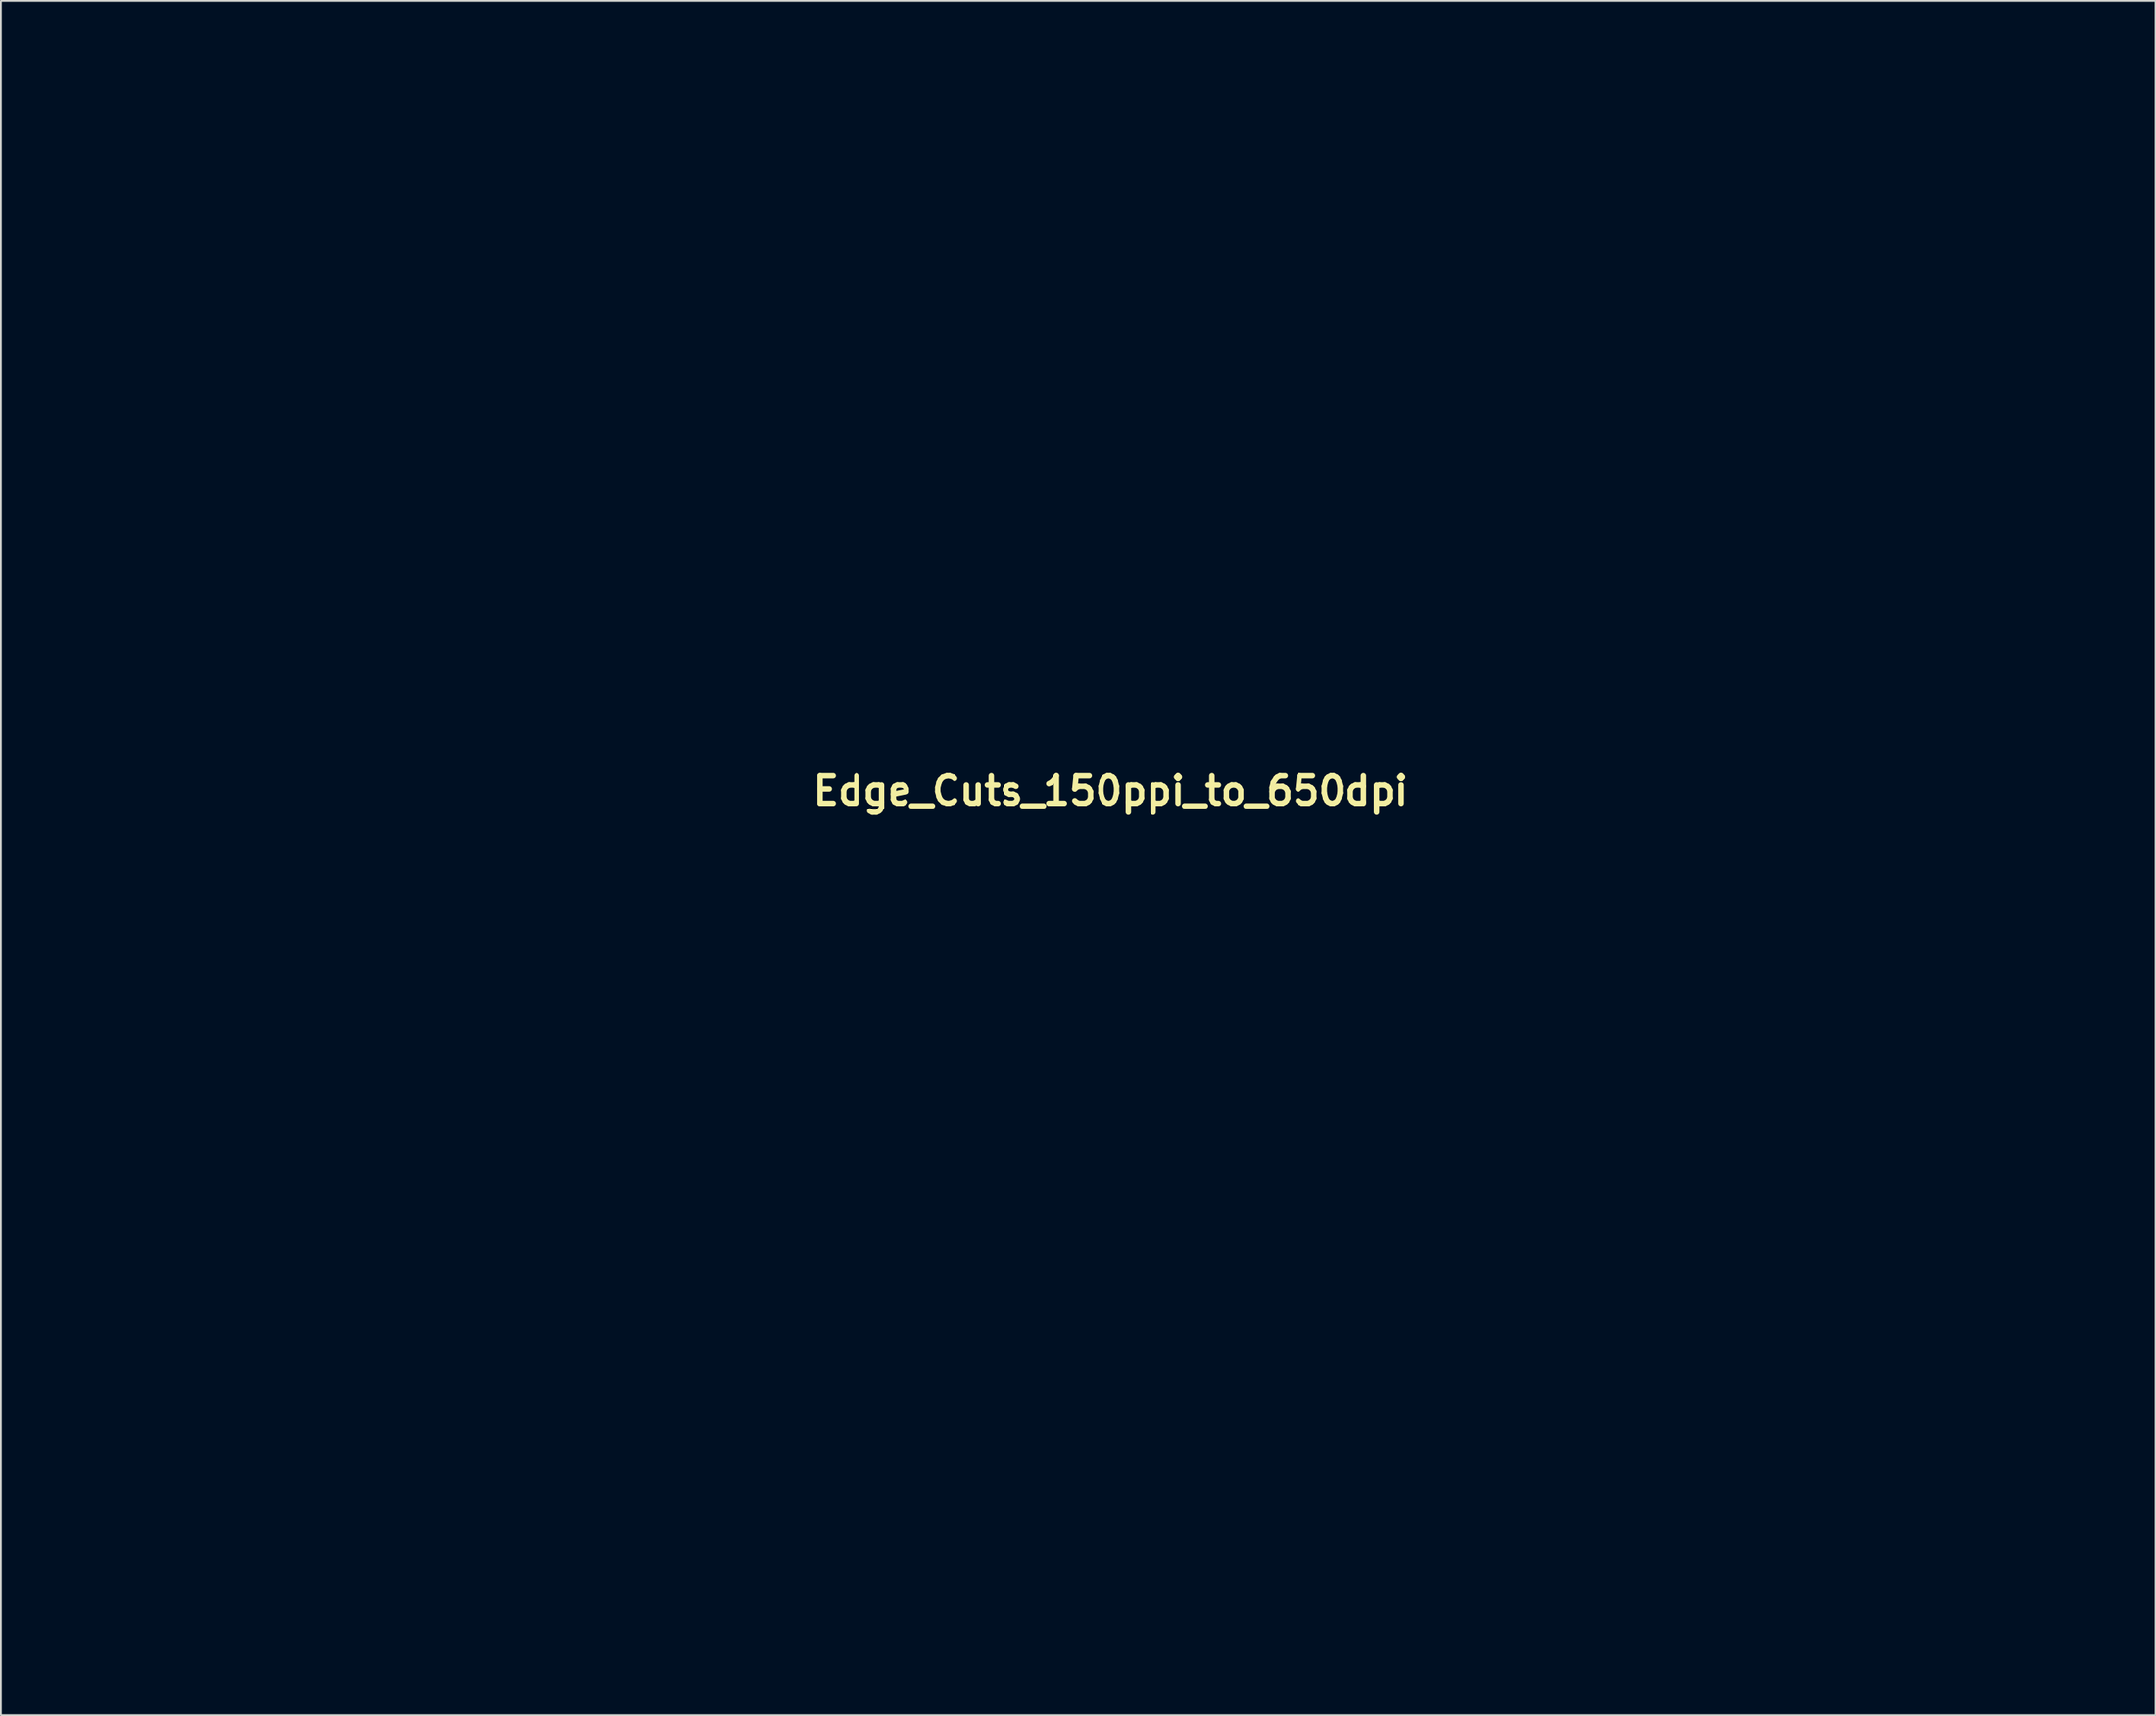
<source format=kicad_pcb>
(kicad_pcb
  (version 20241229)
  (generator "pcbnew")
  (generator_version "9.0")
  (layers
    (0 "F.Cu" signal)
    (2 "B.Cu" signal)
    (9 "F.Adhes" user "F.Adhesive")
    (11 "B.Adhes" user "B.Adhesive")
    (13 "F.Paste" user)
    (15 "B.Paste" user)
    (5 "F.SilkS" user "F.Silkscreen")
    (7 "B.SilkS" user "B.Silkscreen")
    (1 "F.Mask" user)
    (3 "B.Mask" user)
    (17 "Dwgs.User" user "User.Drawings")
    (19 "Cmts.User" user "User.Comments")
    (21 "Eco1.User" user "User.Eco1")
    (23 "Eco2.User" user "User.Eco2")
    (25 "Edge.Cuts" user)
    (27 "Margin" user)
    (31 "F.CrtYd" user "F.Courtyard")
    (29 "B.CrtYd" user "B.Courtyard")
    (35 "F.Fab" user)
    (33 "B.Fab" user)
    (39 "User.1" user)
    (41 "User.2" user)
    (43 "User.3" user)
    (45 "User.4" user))
  (footprint "Edge_Cuts_150ppi_to_650dpi"
    (layer "F.Cu")
    (at 58.663 40.901)
    (property "Reference" "Edge_Cuts_150ppi_to_650dpi" (at 0 0 0) (layer "F.SilkS") (effects (font (size 1.524 1.524) (thickness 0.3))))
    (attr through_hole)
    (fp_poly (pts (xy 0.138 -40.896) (xy 0.648 -40.892) (xy 1.152 -40.886) (xy 1.638 -40.876) (xy 2.093 -40.864) (xy 2.506 -40.849) (xy 2.864 -40.832) (xy 3.128 -40.814) (xy 3.974 -40.742) (xy 4.762 -40.663) (xy 5.51 -40.577) (xy 6.239 -40.478) (xy 6.967 -40.366) (xy 7.715 -40.238) (xy 8.402 -40.11) (xy 10.16 -39.731) (xy 11.904 -39.276) (xy 13.631 -38.747) (xy 15.338 -38.144) (xy 17.024 -37.469) (xy 18.686 -36.723) (xy 20.322 -35.907) (xy 21.931 -35.023) (xy 23.51 -34.071) (xy 25.057 -33.053) (xy 26.569 -31.97) (xy 28.046 -30.823) (xy 29.485 -29.613) (xy 30.883 -28.342) (xy 32.238 -27.011) (xy 33.422 -25.76) (xy 34.746 -24.255) (xy 36.011 -22.698) (xy 37.217 -21.091) (xy 38.363 -19.435) (xy 39.448 -17.731) (xy 40.472 -15.979) (xy 41.435 -14.182) (xy 42.334 -12.339) (xy 43.171 -10.452) (xy 43.944 -8.523) (xy 43.988 -8.406) (xy 44.623 -6.624) (xy 45.203 -4.796) (xy 45.725 -2.931) (xy 46.187 -1.04) (xy 46.587 0.867) (xy 46.922 2.78) (xy 47.19 4.687) (xy 47.38 6.487) (xy 47.401 6.724) (xy 47.421 6.947) (xy 47.438 7.139) (xy 47.451 7.282) (xy 47.457 7.346) (xy 47.466 7.457) (xy 47.477 7.622) (xy 47.489 7.817) (xy 47.499 7.991) (xy 47.51 8.183) (xy 47.521 8.353) (xy 47.531 8.481) (xy 47.538 8.548) (xy 47.553 8.69) (xy 47.567 8.903) (xy 47.579 9.177) (xy 47.589 9.505) (xy 47.597 9.879) (xy 47.603 10.291) (xy 47.608 10.733) (xy 47.611 11.196) (xy 47.612 11.674) (xy 47.612 12.156) (xy 47.609 12.636) (xy 47.605 13.106) (xy 47.599 13.557) (xy 47.592 13.981) (xy 47.582 14.371) (xy 47.571 14.718) (xy 47.558 15.013) (xy 47.543 15.25) (xy 47.538 15.318) (xy 47.528 15.44) (xy 47.515 15.609) (xy 47.502 15.794) (xy 47.499 15.846) (xy 47.445 16.604) (xy 47.383 17.339) (xy 47.337 17.818) (xy 47.315 18.06) (xy 47.302 18.248) (xy 47.301 18.375) (xy 47.31 18.432) (xy 47.313 18.435) (xy 47.377 18.468) (xy 47.493 18.539) (xy 47.649 18.64) (xy 47.832 18.763) (xy 48.031 18.899) (xy 48.234 19.041) (xy 48.428 19.18) (xy 48.603 19.309) (xy 48.657 19.349) (xy 49.53 20.063) (xy 50.346 20.828) (xy 51.103 21.642) (xy 51.8 22.501) (xy 52.434 23.403) (xy 53.004 24.344) (xy 53.508 25.321) (xy 53.945 26.332) (xy 54.312 27.374) (xy 54.608 28.442) (xy 54.831 29.535) (xy 54.922 30.148) (xy 54.993 30.849) (xy 55.034 31.595) (xy 55.044 32.359) (xy 55.022 33.118) (xy 54.97 33.846) (xy 54.922 34.27) (xy 54.739 35.371) (xy 54.483 36.449) (xy 54.156 37.499) (xy 53.76 38.521) (xy 53.297 39.509) (xy 52.77 40.462) (xy 52.179 41.377) (xy 51.529 42.25) (xy 50.82 43.079) (xy 50.056 43.859) (xy 49.237 44.59) (xy 48.367 45.266) (xy 47.447 45.886) (xy 46.48 46.446) (xy 46.075 46.655) (xy 45.052 47.124) (xy 44.007 47.519) (xy 42.939 47.839) (xy 41.845 48.086) (xy 40.722 48.262) (xy 40.542 48.283) (xy 40.372 48.298) (xy 40.146 48.312) (xy 39.877 48.326) (xy 39.579 48.338) (xy 39.265 48.348) (xy 38.95 48.356) (xy 38.646 48.362) (xy 38.367 48.364) (xy 38.128 48.364) (xy 37.94 48.36) (xy 37.826 48.353) (xy 37.734 48.344) (xy 37.585 48.331) (xy 37.399 48.315) (xy 37.201 48.298) (xy 36.517 48.22) (xy 35.794 48.101) (xy 35.056 47.947) (xy 34.326 47.761) (xy 33.629 47.551) (xy 33.584 47.536) (xy 32.532 47.144) (xy 31.513 46.682) (xy 30.531 46.152) (xy 29.589 45.558) (xy 28.689 44.901) (xy 27.835 44.183) (xy 27.031 43.408) (xy 26.278 42.576) (xy 25.581 41.691) (xy 25.454 41.515) (xy 25.264 41.224) (xy 25.073 40.887) (xy 24.898 40.535) (xy 24.753 40.198) (xy 24.749 40.186) (xy 24.609 39.822) (xy 24.338 40.029) (xy 24.364 40.305) (xy 24.379 40.459) (xy 24.393 40.594) (xy 24.404 40.679) (xy 24.413 40.763) (xy 24.425 40.899) (xy 24.439 41.062) (xy 24.443 41.109) (xy 24.456 41.275) (xy 24.47 41.422) (xy 24.482 41.524) (xy 24.484 41.541) (xy 24.484 41.617) (xy 24.474 41.751) (xy 24.455 41.925) (xy 24.428 42.121) (xy 24.427 42.13) (xy 24.392 42.349) (xy 24.357 42.516) (xy 24.315 42.658) (xy 24.258 42.8) (xy 24.176 42.968) (xy 24.154 43.011) (xy 23.886 43.492) (xy 23.56 44.003) (xy 23.185 44.531) (xy 23.008 44.763) (xy 22.839 44.974) (xy 22.686 45.152) (xy 22.529 45.315) (xy 22.353 45.481) (xy 22.137 45.669) (xy 22.043 45.749) (xy 21.554 46.141) (xy 21.068 46.496) (xy 20.596 46.806) (xy 20.15 47.064) (xy 19.929 47.175) (xy 19.745 47.262) (xy 19.595 47.328) (xy 19.461 47.377) (xy 19.323 47.417) (xy 19.16 47.452) (xy 18.953 47.489) (xy 18.776 47.519) (xy 18.353 47.583) (xy 17.883 47.644) (xy 17.39 47.699) (xy 16.898 47.747) (xy 16.43 47.784) (xy 16.011 47.808) (xy 15.939 47.811) (xy 15.369 47.832) (xy 14.376 47.615) (xy 14.07 47.546) (xy 13.709 47.462) (xy 13.316 47.368) (xy 12.912 47.27) (xy 12.518 47.172) (xy 12.157 47.079) (xy 12.153 47.078) (xy 11.809 46.99) (xy 11.53 46.919) (xy 11.306 46.864) (xy 11.126 46.824) (xy 10.98 46.795) (xy 10.857 46.776) (xy 10.748 46.765) (xy 10.642 46.76) (xy 10.531 46.759) (xy 10.348 46.761) (xy 10.204 46.771) (xy 10.072 46.795) (xy 9.925 46.839) (xy 9.734 46.906) (xy 9.73 46.907) (xy 9.543 46.972) (xy 9.364 47.03) (xy 9.216 47.073) (xy 9.144 47.09) (xy 8.794 47.152) (xy 8.408 47.208) (xy 8.016 47.255) (xy 7.649 47.289) (xy 7.425 47.304) (xy 7.219 47.315) (xy 7.033 47.325) (xy 6.884 47.335) (xy 6.792 47.343) (xy 6.783 47.344) (xy 6.711 47.348) (xy 6.575 47.352) (xy 6.386 47.356) (xy 6.158 47.36) (xy 5.903 47.362) (xy 5.786 47.363) (xy 4.904 47.369) (xy 3.849 47.169) (xy 3.545 47.11) (xy 3.184 47.036) (xy 2.785 46.952) (xy 2.368 46.861) (xy 1.952 46.769) (xy 1.556 46.679) (xy 1.387 46.64) (xy 0.728 46.488) (xy 0.069 46.342) (xy -0.583 46.204) (xy -1.219 46.073) (xy -1.833 45.953) (xy -2.418 45.844) (xy -2.966 45.747) (xy -3.469 45.664) (xy -3.92 45.597) (xy -4.313 45.546) (xy -4.639 45.513) (xy -4.709 45.508) (xy -4.911 45.494) (xy -5.124 45.479) (xy -5.308 45.466) (xy -5.334 45.465) (xy -5.61 45.446) (xy -5.923 45.425) (xy -6.249 45.404) (xy -6.567 45.383) (xy -6.856 45.365) (xy -7.093 45.351) (xy -7.132 45.349) (xy -7.322 45.337) (xy -7.503 45.325) (xy -7.649 45.314) (xy -7.698 45.309) (xy -7.812 45.3) (xy -7.978 45.289) (xy -8.171 45.278) (xy -8.304 45.27) (xy -8.506 45.259) (xy -8.705 45.248) (xy -8.872 45.237) (xy -8.949 45.231) (xy -9.069 45.223) (xy -9.246 45.213) (xy -9.456 45.202) (xy -9.677 45.192) (xy -9.711 45.191) (xy -9.922 45.181) (xy -10.117 45.171) (xy -10.276 45.162) (xy -10.38 45.154) (xy -10.394 45.153) (xy -10.479 45.147) (xy -10.625 45.138) (xy -10.817 45.129) (xy -11.037 45.119) (xy -11.196 45.112) (xy -11.415 45.103) (xy -11.607 45.093) (xy -11.756 45.085) (xy -11.852 45.078) (xy -11.879 45.074) (xy -11.925 45.069) (xy -12.04 45.062) (xy -12.217 45.055) (xy -12.448 45.046) (xy -12.724 45.037) (xy -13.037 45.027) (xy -13.379 45.017) (xy -13.742 45.007) (xy -14.118 44.998) (xy -14.204 44.996) (xy -14.576 44.987) (xy -14.885 44.975) (xy -15.146 44.956) (xy -15.374 44.929) (xy -15.586 44.888) (xy -15.795 44.831) (xy -16.018 44.755) (xy -16.269 44.656) (xy -16.564 44.53) (xy -16.823 44.417) (xy -17.16 44.267) (xy -17.442 44.137) (xy -17.687 44.018) (xy -17.911 43.901) (xy -18.133 43.777) (xy -18.37 43.637) (xy -18.64 43.471) (xy -18.64 43.471) (xy -18.898 43.312) (xy -19.204 43.127) (xy -19.539 42.927) (xy -19.884 42.723) (xy -20.219 42.527) (xy -20.476 42.379) (xy -20.781 42.201) (xy -21.13 41.991) (xy -21.506 41.761) (xy -21.889 41.523) (xy -22.26 41.288) (xy -22.599 41.068) (xy -22.665 41.025) (xy -22.967 40.826) (xy -23.28 40.623) (xy -23.589 40.424) (xy -23.881 40.238) (xy -24.141 40.074) (xy -24.357 39.94) (xy -24.443 39.888) (xy -24.793 39.663) (xy -25.181 39.389) (xy -25.595 39.075) (xy -26.022 38.732) (xy -26.449 38.37) (xy -26.864 37.998) (xy -26.901 37.964) (xy -27.255 37.598) (xy -27.607 37.16) (xy -27.954 36.656) (xy -28.291 36.091) (xy -28.394 35.902) (xy -28.498 35.711) (xy -28.591 35.547) (xy -28.667 35.42) (xy -28.718 35.344) (xy -28.736 35.326) (xy -28.782 35.339) (xy -28.887 35.378) (xy -29.038 35.435) (xy -29.222 35.507) (xy -29.329 35.55) (xy -29.889 35.775) (xy -29.933 36.029) (xy -29.987 36.304) (xy -30.062 36.631) (xy -30.151 36.988) (xy -30.25 37.352) (xy -30.353 37.701) (xy -30.445 37.99) (xy -30.818 38.991) (xy -31.258 39.955) (xy -31.76 40.88) (xy -32.322 41.763) (xy -32.941 42.601) (xy -33.614 43.391) (xy -34.338 44.13) (xy -35.11 44.815) (xy -35.928 45.442) (xy -36.788 46.01) (xy -37.687 46.516) (xy -38.623 46.955) (xy -39.593 47.325) (xy -39.69 47.358) (xy -40.538 47.612) (xy -41.387 47.814) (xy -42.219 47.958) (xy -42.584 48.003) (xy -42.752 48.022) (xy -42.929 48.041) (xy -42.984 48.048) (xy -43.217 48.066) (xy -43.512 48.078) (xy -43.85 48.083) (xy -44.217 48.082) (xy -44.594 48.074) (xy -44.967 48.06) (xy -45.317 48.04) (xy -45.628 48.015) (xy -45.72 48.006) (xy -46.742 47.854) (xy -47.751 47.629) (xy -48.738 47.331) (xy -49.697 46.963) (xy -50.621 46.527) (xy -50.663 46.505) (xy -51.602 45.972) (xy -52.485 45.384) (xy -53.316 44.739) (xy -54.096 44.035) (xy -54.829 43.271) (xy -55.337 42.671) (xy -55.98 41.808) (xy -56.558 40.904) (xy -57.07 39.961) (xy -57.513 38.984) (xy -57.887 37.976) (xy -58.191 36.941) (xy -58.421 35.883) (xy -58.578 34.804) (xy -58.593 34.661) (xy -58.643 33.954) (xy -58.652 33.486) (xy -58.406 33.486) (xy -58.404 33.791) (xy -58.398 34.053) (xy -58.388 34.258) (xy -58.381 34.329) (xy -58.361 34.522) (xy -58.34 34.727) (xy -58.323 34.896) (xy -58.296 35.12) (xy -58.255 35.399) (xy -58.202 35.712) (xy -58.141 36.036) (xy -58.077 36.353) (xy -58.014 36.639) (xy -57.988 36.746) (xy -57.687 37.792) (xy -57.317 38.805) (xy -56.881 39.781) (xy -56.379 40.717) (xy -55.814 41.612) (xy -55.186 42.462) (xy -54.499 43.264) (xy -53.753 44.017) (xy -52.951 44.717) (xy -52.764 44.865) (xy -51.922 45.477) (xy -51.047 46.019) (xy -50.142 46.491) (xy -49.212 46.894) (xy -48.259 47.226) (xy -47.289 47.487) (xy -46.304 47.677) (xy -45.308 47.796) (xy -44.306 47.842) (xy -43.301 47.815) (xy -42.297 47.716) (xy -41.298 47.543) (xy -40.308 47.297) (xy -39.33 46.976) (xy -38.369 46.58) (xy -38.206 46.504) (xy -37.721 46.26) (xy -37.206 45.971) (xy -36.682 45.65) (xy -36.17 45.31) (xy -35.692 44.966) (xy -35.423 44.758) (xy -34.99 44.39) (xy -34.538 43.969) (xy -34.082 43.512) (xy -33.639 43.035) (xy -33.225 42.555) (xy -32.854 42.089) (xy -32.709 41.892) (xy -32.125 41.014) (xy -31.604 40.094) (xy -31.149 39.14) (xy -30.763 38.157) (xy -30.449 37.154) (xy -30.228 36.224) (xy -30.187 36.027) (xy -30.148 35.855) (xy -30.117 35.723) (xy -30.096 35.648) (xy -30.092 35.64) (xy -30.051 35.612) (xy -29.95 35.561) (xy -29.804 35.492) (xy -29.626 35.412) (xy -29.429 35.327) (xy -29.227 35.242) (xy -29.034 35.162) (xy -28.864 35.094) (xy -28.729 35.044) (xy -28.643 35.017) (xy -28.624 35.014) (xy -28.594 35.047) (xy -28.535 35.139) (xy -28.452 35.279) (xy -28.351 35.458) (xy -28.239 35.663) (xy -28.219 35.7) (xy -27.93 36.218) (xy -27.651 36.668) (xy -27.374 37.062) (xy -27.093 37.408) (xy -26.8 37.715) (xy -26.712 37.799) (xy -26.316 38.156) (xy -25.9 38.509) (xy -25.48 38.848) (xy -25.068 39.163) (xy -24.677 39.444) (xy -24.32 39.679) (xy -24.208 39.748) (xy -24.019 39.863) (xy -23.778 40.013) (xy -23.5 40.189) (xy -23.198 40.382) (xy -22.885 40.584) (xy -22.576 40.785) (xy -22.43 40.881) (xy -22.106 41.092) (xy -21.751 41.318) (xy -21.384 41.547) (xy -21.022 41.769) (xy -20.685 41.972) (xy -20.389 42.145) (xy -20.32 42.184) (xy -20.01 42.362) (xy -19.669 42.562) (xy -19.317 42.77) (xy -18.977 42.974) (xy -18.671 43.159) (xy -18.532 43.246) (xy -18.263 43.412) (xy -18.031 43.55) (xy -17.82 43.67) (xy -17.611 43.78) (xy -17.389 43.889) (xy -17.136 44.006) (xy -16.835 44.139) (xy -16.676 44.209) (xy -16.378 44.338) (xy -16.127 44.444) (xy -15.911 44.529) (xy -15.718 44.596) (xy -15.535 44.647) (xy -15.349 44.685) (xy -15.149 44.712) (xy -14.923 44.731) (xy -14.657 44.743) (xy -14.339 44.753) (xy -13.958 44.761) (xy -13.892 44.762) (xy -13.495 44.771) (xy -13.111 44.78) (xy -12.751 44.791) (xy -12.425 44.802) (xy -12.141 44.813) (xy -11.91 44.824) (xy -11.74 44.834) (xy -11.664 44.841) (xy -11.584 44.847) (xy -11.443 44.855) (xy -11.259 44.865) (xy -11.049 44.874) (xy -10.961 44.878) (xy -10.734 44.888) (xy -10.516 44.899) (xy -10.328 44.908) (xy -10.19 44.917) (xy -10.16 44.919) (xy -9.969 44.932) (xy -9.702 44.948) (xy -9.357 44.967) (xy -8.938 44.989) (xy -8.753 44.998) (xy -8.554 45.009) (xy -8.357 45.02) (xy -8.193 45.031) (xy -8.128 45.036) (xy -7.985 45.047) (xy -7.8 45.059) (xy -7.606 45.072) (xy -7.561 45.074) (xy -7.411 45.084) (xy -7.202 45.097) (xy -6.952 45.114) (xy -6.681 45.132) (xy -6.408 45.151) (xy -6.389 45.152) (xy -6.111 45.171) (xy -5.829 45.189) (xy -5.563 45.206) (xy -5.334 45.221) (xy -5.162 45.231) (xy -5.158 45.231) (xy -4.851 45.251) (xy -4.556 45.274) (xy -4.263 45.303) (xy -3.961 45.34) (xy -3.64 45.385) (xy -3.291 45.44) (xy -2.902 45.507) (xy -2.463 45.587) (xy -1.964 45.681) (xy -1.641 45.744) (xy -1.209 45.829) (xy -0.735 45.926) (xy -0.239 46.03) (xy 0.259 46.136) (xy 0.739 46.241) (xy 1.181 46.34) (xy 1.544 46.423) (xy 1.925 46.511) (xy 2.328 46.602) (xy 2.736 46.691) (xy 3.131 46.776) (xy 3.497 46.852) (xy 3.816 46.916) (xy 4.005 46.953) (xy 4.982 47.134) (xy 6.057 47.111) (xy 6.458 47.102) (xy 6.793 47.093) (xy 7.076 47.083) (xy 7.319 47.071) (xy 7.535 47.057) (xy 7.736 47.04) (xy 7.936 47.018) (xy 8.146 46.992) (xy 8.381 46.959) (xy 8.479 46.945) (xy 8.883 46.879) (xy 9.209 46.81) (xy 9.458 46.737) (xy 9.475 46.731) (xy 9.72 46.644) (xy 9.935 46.577) (xy 10.13 46.53) (xy 10.317 46.503) (xy 10.51 46.497) (xy 10.719 46.511) (xy 10.956 46.546) (xy 11.233 46.602) (xy 11.561 46.68) (xy 11.938 46.775) (xy 12.327 46.875) (xy 12.652 46.958) (xy 12.923 47.026) (xy 13.15 47.084) (xy 13.346 47.132) (xy 13.52 47.174) (xy 13.684 47.213) (xy 13.848 47.25) (xy 14.024 47.289) (xy 14.221 47.332) (xy 14.452 47.382) (xy 14.458 47.383) (xy 14.739 47.443) (xy 14.959 47.489) (xy 15.137 47.521) (xy 15.288 47.542) (xy 15.43 47.554) (xy 15.579 47.56) (xy 15.752 47.561) (xy 15.885 47.56) (xy 16.135 47.553) (xy 16.432 47.538) (xy 16.746 47.516) (xy 17.047 47.49) (xy 17.174 47.477) (xy 17.418 47.451) (xy 17.651 47.425) (xy 17.855 47.403) (xy 18.013 47.386) (xy 18.093 47.378) (xy 18.214 47.363) (xy 18.389 47.337) (xy 18.596 47.304) (xy 18.813 47.268) (xy 18.835 47.264) (xy 19.069 47.221) (xy 19.254 47.179) (xy 19.415 47.129) (xy 19.582 47.062) (xy 19.781 46.97) (xy 19.832 46.946) (xy 20.184 46.759) (xy 20.572 46.525) (xy 20.978 46.254) (xy 21.386 45.959) (xy 21.78 45.649) (xy 21.937 45.517) (xy 22.185 45.298) (xy 22.39 45.101) (xy 22.575 44.901) (xy 22.761 44.677) (xy 22.836 44.581) (xy 23.17 44.133) (xy 23.456 43.714) (xy 23.708 43.302) (xy 23.914 42.926) (xy 24.01 42.737) (xy 24.077 42.591) (xy 24.122 42.463) (xy 24.152 42.329) (xy 24.177 42.163) (xy 24.19 42.066) (xy 24.208 41.901) (xy 24.219 41.753) (xy 24.221 41.605) (xy 24.216 41.438) (xy 24.203 41.235) (xy 24.181 40.978) (xy 24.174 40.894) (xy 24.151 40.653) (xy 24.129 40.432) (xy 24.11 40.245) (xy 24.095 40.107) (xy 24.085 40.034) (xy 24.08 39.976) (xy 24.096 39.927) (xy 24.142 39.872) (xy 24.23 39.8) (xy 24.371 39.696) (xy 24.378 39.692) (xy 24.514 39.596) (xy 24.628 39.521) (xy 24.703 39.476) (xy 24.724 39.468) (xy 24.75 39.502) (xy 24.792 39.594) (xy 24.844 39.728) (xy 24.869 39.799) (xy 25.033 40.23) (xy 25.23 40.648) (xy 25.467 41.066) (xy 25.753 41.497) (xy 26.095 41.955) (xy 26.183 42.065) (xy 26.913 42.918) (xy 27.695 43.714) (xy 28.527 44.452) (xy 29.406 45.129) (xy 30.328 45.744) (xy 31.29 46.293) (xy 32.29 46.775) (xy 33.153 47.124) (xy 33.828 47.36) (xy 34.498 47.56) (xy 35.177 47.728) (xy 35.88 47.867) (xy 36.621 47.98) (xy 37.413 48.07) (xy 37.983 48.119) (xy 38.078 48.122) (xy 38.23 48.124) (xy 38.426 48.124) (xy 38.654 48.123) (xy 38.899 48.12) (xy 39.149 48.117) (xy 39.391 48.112) (xy 39.611 48.107) (xy 39.796 48.102) (xy 39.934 48.096) (xy 40.01 48.09) (xy 40.019 48.088) (xy 40.083 48.077) (xy 40.2 48.063) (xy 40.349 48.049) (xy 40.374 48.047) (xy 40.557 48.032) (xy 40.716 48.017) (xy 40.87 47.998) (xy 41.041 47.973) (xy 41.246 47.94) (xy 41.505 47.896) (xy 41.558 47.887) (xy 42.647 47.659) (xy 43.713 47.357) (xy 44.752 46.983) (xy 45.762 46.538) (xy 46.739 46.024) (xy 47.681 45.442) (xy 48.583 44.795) (xy 49.444 44.083) (xy 49.956 43.61) (xy 50.725 42.814) (xy 51.432 41.973) (xy 52.074 41.093) (xy 52.652 40.176) (xy 53.163 39.225) (xy 53.608 38.246) (xy 53.984 37.24) (xy 54.291 36.212) (xy 54.528 35.165) (xy 54.693 34.103) (xy 54.786 33.03) (xy 54.806 31.948) (xy 54.752 30.863) (xy 54.622 29.776) (xy 54.415 28.693) (xy 54.334 28.35) (xy 54.033 27.307) (xy 53.661 26.288) (xy 53.219 25.296) (xy 52.71 24.337) (xy 52.139 23.414) (xy 51.507 22.532) (xy 50.818 21.695) (xy 50.074 20.907) (xy 49.28 20.173) (xy 48.437 19.496) (xy 47.741 19.007) (xy 47.552 18.882) (xy 47.381 18.768) (xy 47.242 18.675) (xy 47.145 18.611) (xy 47.11 18.587) (xy 47.089 18.571) (xy 47.073 18.549) (xy 47.062 18.513) (xy 47.056 18.456) (xy 47.055 18.371) (xy 47.06 18.25) (xy 47.071 18.085) (xy 47.088 17.87) (xy 47.112 17.597) (xy 47.142 17.259) (xy 47.165 16.998) (xy 47.191 16.715) (xy 47.211 16.492) (xy 47.226 16.309) (xy 47.237 16.148) (xy 47.248 15.991) (xy 47.258 15.82) (xy 47.265 15.683) (xy 47.276 15.486) (xy 47.287 15.305) (xy 47.297 15.161) (xy 47.304 15.084) (xy 47.319 14.892) (xy 47.333 14.633) (xy 47.344 14.315) (xy 47.354 13.947) (xy 47.362 13.539) (xy 47.368 13.099) (xy 47.372 12.637) (xy 47.374 12.161) (xy 47.374 11.68) (xy 47.372 11.204) (xy 47.368 10.742) (xy 47.363 10.302) (xy 47.355 9.894) (xy 47.346 9.526) (xy 47.335 9.208) (xy 47.322 8.949) (xy 47.306 8.757) (xy 47.304 8.734) (xy 47.297 8.65) (xy 47.288 8.509) (xy 47.277 8.327) (xy 47.267 8.125) (xy 47.266 8.108) (xy 47.255 7.901) (xy 47.244 7.708) (xy 47.233 7.549) (xy 47.225 7.447) (xy 47.224 7.444) (xy 47.212 7.322) (xy 47.197 7.16) (xy 47.185 7.014) (xy 47.108 6.16) (xy 47.009 5.25) (xy 46.891 4.306) (xy 46.757 3.348) (xy 46.609 2.394) (xy 46.451 1.465) (xy 46.286 0.581) (xy 46.283 0.567) (xy 45.856 -1.406) (xy 45.363 -3.351) (xy 44.804 -5.268) (xy 44.18 -7.154) (xy 43.493 -9.008) (xy 42.744 -10.828) (xy 41.935 -12.612) (xy 41.066 -14.359) (xy 40.139 -16.066) (xy 39.156 -17.731) (xy 38.117 -19.354) (xy 37.025 -20.931) (xy 35.88 -22.462) (xy 34.684 -23.944) (xy 33.437 -25.375) (xy 32.142 -26.755) (xy 30.8 -28.08) (xy 29.412 -29.35) (xy 27.979 -30.561) (xy 26.503 -31.714) (xy 24.985 -32.804) (xy 23.426 -33.832) (xy 21.828 -34.795) (xy 20.192 -35.691) (xy 19.578 -36.005) (xy 18.215 -36.664) (xy 16.876 -37.261) (xy 15.548 -37.801) (xy 14.215 -38.29) (xy 12.862 -38.732) (xy 11.476 -39.134) (xy 10.258 -39.449) (xy 9.55 -39.614) (xy 8.813 -39.773) (xy 8.061 -39.922) (xy 7.307 -40.059) (xy 6.567 -40.182) (xy 5.853 -40.289) (xy 5.18 -40.377) (xy 4.56 -40.443) (xy 4.318 -40.465) (xy 4.158 -40.478) (xy 4.019 -40.492) (xy 3.927 -40.502) (xy 3.918 -40.504) (xy 3.843 -40.512) (xy 3.711 -40.523) (xy 3.543 -40.535) (xy 3.41 -40.543) (xy 3.227 -40.555) (xy 3.064 -40.567) (xy 2.944 -40.578) (xy 2.896 -40.583) (xy 2.749 -40.599) (xy 2.533 -40.613) (xy 2.258 -40.625) (xy 1.932 -40.635) (xy 1.565 -40.643) (xy 1.165 -40.649) (xy 0.743 -40.652) (xy 0.307 -40.654) (xy -0.133 -40.654) (xy -0.568 -40.652) (xy -0.99 -40.648) (xy -1.388 -40.642) (xy -1.754 -40.634) (xy -2.078 -40.624) (xy -2.351 -40.612) (xy -2.565 -40.598) (xy -2.705 -40.582) (xy -2.78 -40.574) (xy -2.913 -40.563) (xy -3.081 -40.551) (xy -3.204 -40.543) (xy -3.911 -40.489) (xy -4.676 -40.409) (xy -5.487 -40.307) (xy -6.328 -40.184) (xy -7.185 -40.043) (xy -8.045 -39.885) (xy -8.894 -39.714) (xy -9.716 -39.532) (xy -10.129 -39.433) (xy -11.534 -39.065) (xy -12.898 -38.661) (xy -14.233 -38.215) (xy -15.554 -37.721) (xy -16.875 -37.175) (xy -18.211 -36.572) (xy -19.343 -36.022) (xy -20.998 -35.152) (xy -22.612 -34.216) (xy -24.187 -33.215) (xy -25.723 -32.147) (xy -27.221 -31.011) (xy -28.684 -29.808) (xy -30.111 -28.534) (xy -31.505 -27.191) (xy -31.516 -27.18) (xy -32.903 -25.736) (xy -34.231 -24.24) (xy -35.5 -22.694) (xy -36.709 -21.097) (xy -37.858 -19.452) (xy -38.946 -17.758) (xy -39.973 -16.017) (xy -40.938 -14.229) (xy -41.841 -12.395) (xy -42.308 -11.371) (xy -43.119 -9.452) (xy -43.857 -7.504) (xy -44.523 -5.528) (xy -45.116 -3.524) (xy -45.635 -1.492) (xy -46.082 0.566) (xy -46.455 2.649) (xy -46.755 4.759) (xy -46.773 4.904) (xy -46.803 5.163) (xy -46.834 5.44) (xy -46.863 5.704) (xy -46.886 5.928) (xy -46.891 5.979) (xy -46.916 6.255) (xy -46.936 6.469) (xy -46.952 6.636) (xy -46.965 6.773) (xy -46.976 6.896) (xy -46.987 7.019) (xy -46.999 7.159) (xy -47.007 7.249) (xy -47.026 7.478) (xy -47.045 7.745) (xy -47.062 8.009) (xy -47.07 8.148) (xy -47.081 8.346) (xy -47.092 8.528) (xy -47.102 8.673) (xy -47.109 8.753) (xy -47.118 8.868) (xy -47.127 9.051) (xy -47.136 9.289) (xy -47.145 9.573) (xy -47.154 9.892) (xy -47.162 10.234) (xy -47.17 10.588) (xy -47.176 10.945) (xy -47.181 11.292) (xy -47.184 11.619) (xy -47.185 11.915) (xy -47.185 11.938) (xy -47.184 12.217) (xy -47.181 12.528) (xy -47.177 12.859) (xy -47.171 13.201) (xy -47.164 13.543) (xy -47.156 13.875) (xy -47.147 14.186) (xy -47.139 14.466) (xy -47.13 14.705) (xy -47.121 14.892) (xy -47.112 15.016) (xy -47.108 15.053) (xy -47.101 15.124) (xy -47.092 15.256) (xy -47.082 15.431) (xy -47.071 15.632) (xy -47.068 15.686) (xy -47.058 15.889) (xy -47.047 16.066) (xy -47.038 16.203) (xy -47.032 16.282) (xy -47.03 16.292) (xy -47.023 16.356) (xy -47.012 16.477) (xy -47 16.637) (xy -46.992 16.744) (xy -46.979 16.922) (xy -46.966 17.08) (xy -46.955 17.195) (xy -46.95 17.233) (xy -46.942 17.308) (xy -46.931 17.438) (xy -46.918 17.608) (xy -46.905 17.803) (xy -46.892 18.009) (xy -46.881 18.209) (xy -46.871 18.389) (xy -46.864 18.535) (xy -46.861 18.63) (xy -46.862 18.661) (xy -46.902 18.673) (xy -47.004 18.701) (xy -47.156 18.739) (xy -47.344 18.787) (xy -47.459 18.815) (xy -48.415 19.084) (xy -49.336 19.415) (xy -50.227 19.811) (xy -51.096 20.274) (xy -51.948 20.809) (xy -52.791 21.418) (xy -52.944 21.537) (xy -53.152 21.71) (xy -53.398 21.929) (xy -53.669 22.182) (xy -53.952 22.456) (xy -54.235 22.738) (xy -54.504 23.015) (xy -54.746 23.275) (xy -54.949 23.505) (xy -54.993 23.558) (xy -55.651 24.414) (xy -56.241 25.309) (xy -56.764 26.241) (xy -57.217 27.21) (xy -57.601 28.213) (xy -57.915 29.249) (xy -58.159 30.318) (xy -58.326 31.37) (xy -58.345 31.57) (xy -58.363 31.827) (xy -58.378 32.129) (xy -58.39 32.46) (xy -58.399 32.806) (xy -58.404 33.153) (xy -58.406 33.486) (xy -58.652 33.486) (xy -58.658 33.201) (xy -58.639 32.426) (xy -58.587 31.652) (xy -58.504 30.901) (xy -58.391 30.198) (xy -58.377 30.128) (xy -58.133 29.089) (xy -57.821 28.08) (xy -57.442 27.103) (xy -57 26.161) (xy -56.496 25.256) (xy -55.935 24.393) (xy -55.319 23.573) (xy -54.65 22.8) (xy -53.931 22.076) (xy -53.165 21.404) (xy -52.354 20.787) (xy -51.502 20.228) (xy -50.611 19.729) (xy -49.684 19.294) (xy -48.723 18.926) (xy -47.731 18.626) (xy -47.229 18.504) (xy -47.116 18.479) (xy -47.139 18.022) (xy -47.151 17.814) (xy -47.169 17.557) (xy -47.19 17.278) (xy -47.212 17.007) (xy -47.22 16.92) (xy -47.242 16.661) (xy -47.264 16.388) (xy -47.284 16.129) (xy -47.299 15.91) (xy -47.303 15.846) (xy -47.315 15.655) (xy -47.327 15.479) (xy -47.338 15.341) (xy -47.343 15.279) (xy -47.358 15.11) (xy -47.37 14.874) (xy -47.381 14.581) (xy -47.391 14.237) (xy -47.399 13.852) (xy -47.405 13.432) (xy -47.41 12.987) (xy -47.413 12.524) (xy -47.414 12.052) (xy -47.414 11.578) (xy -47.412 11.111) (xy -47.409 10.658) (xy -47.404 10.228) (xy -47.397 9.829) (xy -47.389 9.469) (xy -47.38 9.155) (xy -47.368 8.897) (xy -47.355 8.702) (xy -47.343 8.591) (xy -47.335 8.516) (xy -47.325 8.383) (xy -47.314 8.211) (xy -47.304 8.05) (xy -47.295 7.89) (xy -47.287 7.757) (xy -47.28 7.635) (xy -47.271 7.508) (xy -47.259 7.362) (xy -47.245 7.182) (xy -47.225 6.952) (xy -47.204 6.702) (xy -47.012 4.837) (xy -46.752 2.951) (xy -46.425 1.055) (xy -46.034 -0.838) (xy -45.582 -2.719) (xy -45.07 -4.575) (xy -44.536 -6.291) (xy -43.869 -8.197) (xy -43.135 -10.072) (xy -42.335 -11.914) (xy -41.472 -13.72) (xy -40.546 -15.488) (xy -39.56 -17.215) (xy -38.515 -18.899) (xy -37.412 -20.537) (xy -36.253 -22.127) (xy -35.039 -23.667) (xy -33.774 -25.153) (xy -32.457 -26.584) (xy -31.09 -27.957) (xy -29.716 -29.233) (xy -28.26 -30.484) (xy -26.768 -31.669) (xy -25.242 -32.785) (xy -23.685 -33.834) (xy -22.097 -34.813) (xy -20.479 -35.722) (xy -18.834 -36.56) (xy -17.163 -37.326) (xy -15.468 -38.02) (xy -13.749 -38.641) (xy -12.009 -39.189) (xy -10.249 -39.661) (xy -8.471 -40.058) (xy -7.894 -40.17) (xy -6.408 -40.422) (xy -4.933 -40.623) (xy -3.483 -40.771) (xy -2.072 -40.864) (xy -2.071 -40.864) (xy -1.715 -40.877) (xy -1.304 -40.887) (xy -0.85 -40.893) (xy -0.365 -40.896) (xy 0.138 -40.896)) (stroke (width 0.01) (type solid)) (fill no) (layer "Eco1.User")))
  (gr_rect
    (start -3 -3)
    (end 116.711 92.27)
    (stroke (width 0.1) (type default))
    (fill no)
    (layer "Edge.Cuts")))
</source>
